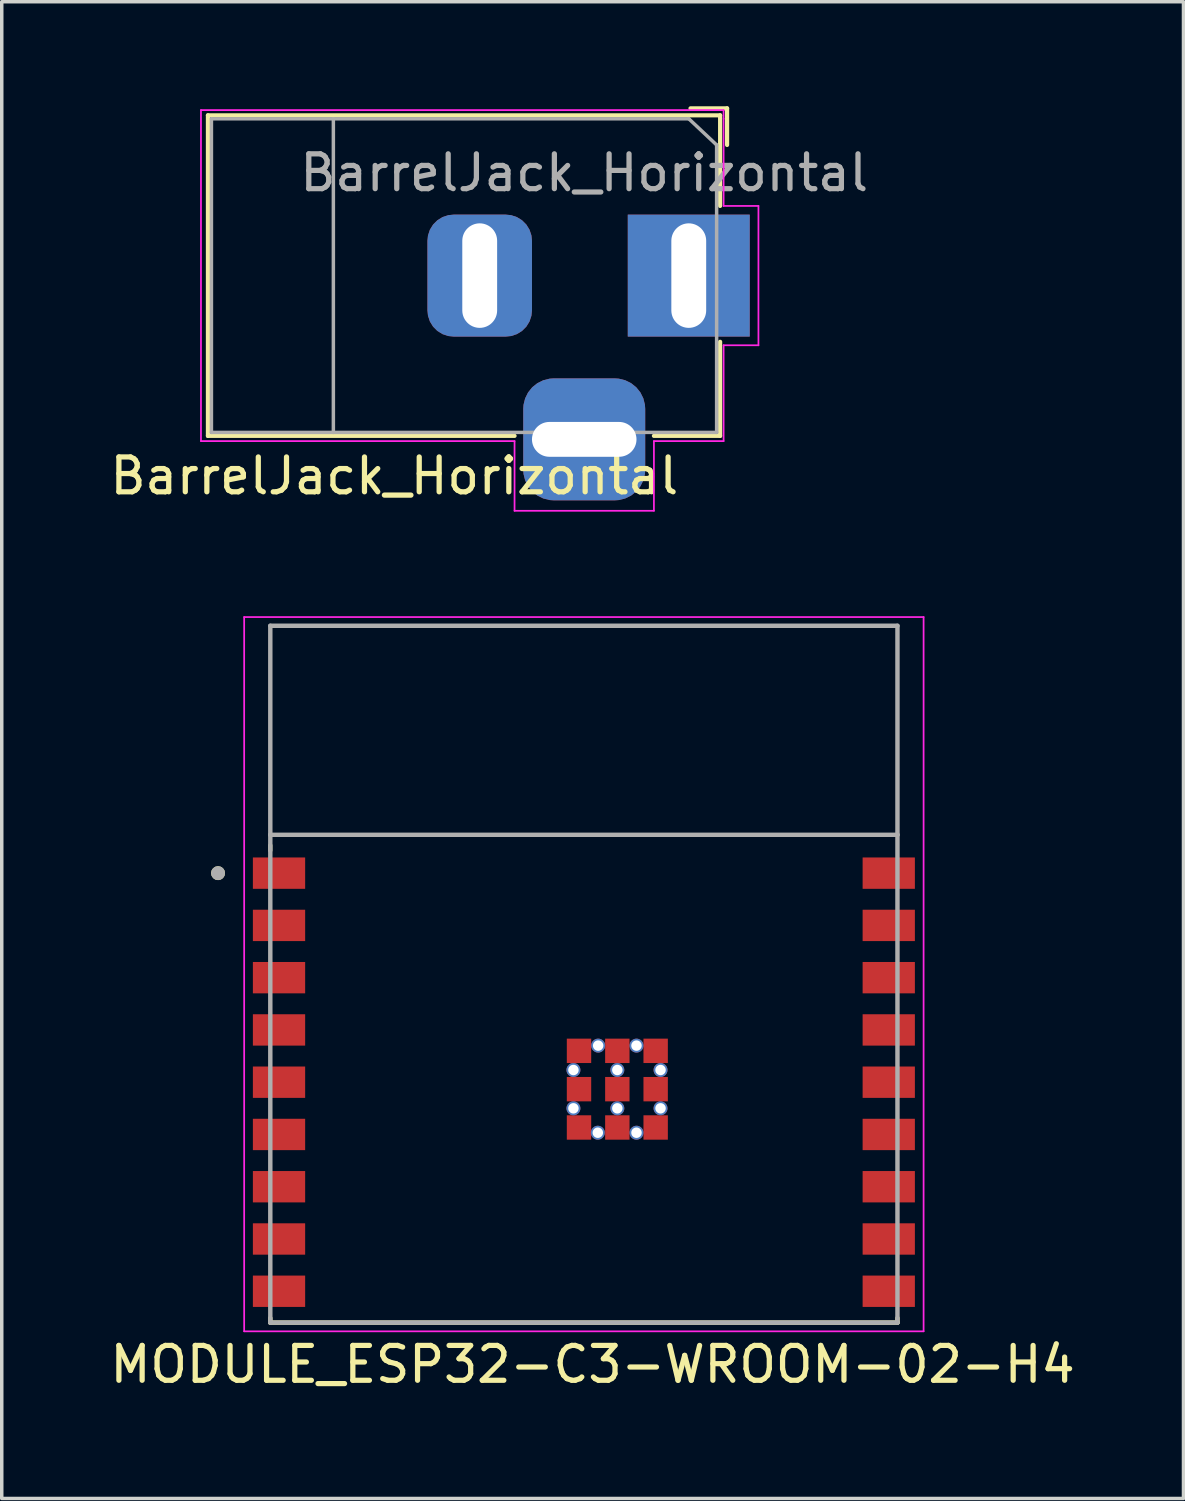
<source format=kicad_pcb>
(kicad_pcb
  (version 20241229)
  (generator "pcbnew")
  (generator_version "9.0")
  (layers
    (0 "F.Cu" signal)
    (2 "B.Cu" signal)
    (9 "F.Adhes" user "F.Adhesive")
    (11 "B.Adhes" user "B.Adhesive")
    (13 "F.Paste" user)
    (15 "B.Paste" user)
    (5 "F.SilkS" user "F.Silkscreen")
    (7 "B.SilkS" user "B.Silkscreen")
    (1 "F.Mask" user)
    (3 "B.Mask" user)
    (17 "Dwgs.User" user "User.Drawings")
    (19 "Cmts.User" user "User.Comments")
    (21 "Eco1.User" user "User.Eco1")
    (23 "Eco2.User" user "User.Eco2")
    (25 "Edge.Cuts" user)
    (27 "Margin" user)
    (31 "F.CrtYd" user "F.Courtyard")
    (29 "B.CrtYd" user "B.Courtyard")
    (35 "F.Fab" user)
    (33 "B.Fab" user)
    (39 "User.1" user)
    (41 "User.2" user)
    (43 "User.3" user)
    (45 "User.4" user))
  (footprint "MODULE_ESP32-C3-WROOM-02-H4"
    (layer "F.Cu")
    (at 13.708 24.91)
    (property "Reference" "MODULE_ESP32-C3-WROOM-02-H4" (at 0.25 11.2 0) (layer "F.SilkS") (effects (font (size 1 1) (thickness 0.15))))
    (attr through_hole)
    (fp_line (start -9 -3.55) (end -9 -3.7) (stroke (width 0.12) (type solid)) (layer "F.SilkS"))
    (fp_line (start -9 10) (end -9 9.87) (stroke (width 0.127) (type solid)) (layer "F.SilkS"))
    (fp_line (start -9 10) (end 9 10) (stroke (width 0.127) (type solid)) (layer "F.SilkS"))
    (fp_line (start 9 10) (end 9 9.87) (stroke (width 0.127) (type solid)) (layer "F.SilkS"))
    (fp_circle (center -10.5 -2.9) (end -10.4 -2.9) (stroke (width 0.2) (type solid)) (fill no) (layer "F.SilkS"))
    (fp_line (start -9.75 -10.25) (end -9.75 10.25) (stroke (width 0.05) (type solid)) (layer "F.CrtYd"))
    (fp_line (start -9.75 10.25) (end 9.75 10.25) (stroke (width 0.05) (type solid)) (layer "F.CrtYd"))
    (fp_line (start 9.75 -10.25) (end -9.75 -10.25) (stroke (width 0.05) (type solid)) (layer "F.CrtYd"))
    (fp_line (start 9.75 10.25) (end 9.75 -10.25) (stroke (width 0.05) (type solid)) (layer "F.CrtYd"))
    (fp_line (start -9 -10) (end -9 -4) (stroke (width 0.127) (type solid)) (layer "F.Fab"))
    (fp_line (start -9 -4) (end -9 10) (stroke (width 0.127) (type solid)) (layer "F.Fab"))
    (fp_line (start -9 10) (end 9 10) (stroke (width 0.127) (type solid)) (layer "F.Fab"))
    (fp_line (start 9 -10) (end -9 -10) (stroke (width 0.127) (type solid)) (layer "F.Fab"))
    (fp_line (start 9 -4) (end -9 -4) (stroke (width 0.127) (type solid)) (layer "F.Fab"))
    (fp_line (start 9 -4) (end 9 -10) (stroke (width 0.127) (type solid)) (layer "F.Fab"))
    (fp_line (start 9 10) (end 9 -4) (stroke (width 0.127) (type solid)) (layer "F.Fab"))
    (fp_circle (center -10.5 -2.9) (end -10.4 -2.9) (stroke (width 0.2) (type solid)) (fill no) (layer "F.Fab"))
    (pad "1" smd rect (at -8.75 -2.9) (size 1.5 0.9) (layers "F.Cu" "F.Mask" "F.Paste"))
    (pad "2" smd rect (at -8.75 -1.4) (size 1.5 0.9) (layers "F.Cu" "F.Mask" "F.Paste"))
    (pad "3" smd rect (at -8.75 0.1) (size 1.5 0.9) (layers "F.Cu" "F.Mask" "F.Paste"))
    (pad "4" smd rect (at -8.75 1.6) (size 1.5 0.9) (layers "F.Cu" "F.Mask" "F.Paste"))
    (pad "5" smd rect (at -8.75 3.1) (size 1.5 0.9) (layers "F.Cu" "F.Mask" "F.Paste"))
    (pad "6" smd rect (at -8.75 4.6) (size 1.5 0.9) (layers "F.Cu" "F.Mask" "F.Paste"))
    (pad "7" smd rect (at -8.75 6.1) (size 1.5 0.9) (layers "F.Cu" "F.Mask" "F.Paste"))
    (pad "8" smd rect (at -8.75 7.6) (size 1.5 0.9) (layers "F.Cu" "F.Mask" "F.Paste"))
    (pad "9" smd rect (at -8.75 9.1) (size 1.5 0.9) (layers "F.Cu" "F.Mask" "F.Paste"))
    (pad "10" smd rect (at 8.75 9.1) (size 1.5 0.9) (layers "F.Cu" "F.Mask" "F.Paste"))
    (pad "11" smd rect (at 8.75 7.6) (size 1.5 0.9) (layers "F.Cu" "F.Mask" "F.Paste"))
    (pad "12" smd rect (at 8.75 6.1) (size 1.5 0.9) (layers "F.Cu" "F.Mask" "F.Paste"))
    (pad "13" smd rect (at 8.75 4.6) (size 1.5 0.9) (layers "F.Cu" "F.Mask" "F.Paste"))
    (pad "14" smd rect (at 8.75 3.1) (size 1.5 0.9) (layers "F.Cu" "F.Mask" "F.Paste"))
    (pad "15" smd rect (at 8.75 1.6) (size 1.5 0.9) (layers "F.Cu" "F.Mask" "F.Paste"))
    (pad "16" smd rect (at 8.75 0.1) (size 1.5 0.9) (layers "F.Cu" "F.Mask" "F.Paste"))
    (pad "17" smd rect (at 8.75 -1.4) (size 1.5 0.9) (layers "F.Cu" "F.Mask" "F.Paste"))
    (pad "18" smd rect (at 8.75 -2.9) (size 1.5 0.9) (layers "F.Cu" "F.Mask" "F.Paste"))
    (pad "19" smd rect (at -0.14 2.2) (size 0.7 0.7) (layers "F.Cu" "F.Mask" "F.Paste"))
    (pad "20" smd rect (at 0.96 2.2) (size 0.7 0.7) (layers "F.Cu" "F.Mask" "F.Paste"))
    (pad "21" smd rect (at 2.06 2.2) (size 0.7 0.7) (layers "F.Cu" "F.Mask" "F.Paste"))
    (pad "22" smd rect (at -0.14 3.3) (size 0.7 0.7) (layers "F.Cu" "F.Mask" "F.Paste"))
    (pad "23" smd rect (at 0.96 3.3) (size 0.7 0.7) (layers "F.Cu" "F.Mask" "F.Paste"))
    (pad "24" smd rect (at 2.06 3.3) (size 0.7 0.7) (layers "F.Cu" "F.Mask" "F.Paste"))
    (pad "25" smd rect (at -0.14 4.4) (size 0.7 0.7) (layers "F.Cu" "F.Mask" "F.Paste"))
    (pad "26" smd rect (at 0.96 4.4) (size 0.7 0.7) (layers "F.Cu" "F.Mask" "F.Paste"))
    (pad "27" smd rect (at 2.06 4.4) (size 0.7 0.7) (layers "F.Cu" "F.Mask" "F.Paste"))
    (pad "28" thru_hole circle (at 0.41 2.05) (size 0.4 0.4) (drill 0.3) (layers "*.Cu"))
    (pad "29" thru_hole circle (at 1.51 2.05) (size 0.4 0.4) (drill 0.3) (layers "*.Cu"))
    (pad "30" thru_hole circle (at -0.3 2.75) (size 0.4 0.4) (drill 0.3) (layers "*.Cu"))
    (pad "31" thru_hole circle (at 0.96 2.75) (size 0.4 0.4) (drill 0.3) (layers "*.Cu"))
    (pad "32" thru_hole circle (at 2.2 2.75) (size 0.4 0.4) (drill 0.3) (layers "*.Cu"))
    (pad "33" thru_hole circle (at -0.3 3.85) (size 0.4 0.4) (drill 0.3) (layers "*.Cu"))
    (pad "34" thru_hole circle (at 0.96 3.85) (size 0.4 0.4) (drill 0.3) (layers "*.Cu"))
    (pad "35" thru_hole circle (at 2.2 3.85) (size 0.4 0.4) (drill 0.3) (layers "*.Cu"))
    (pad "36" thru_hole circle (at 0.4 4.55) (size 0.4 0.4) (drill 0.3) (layers "*.Cu"))
    (pad "37" thru_hole circle (at 1.51 4.55) (size 0.4 0.4) (drill 0.3) (layers "*.Cu"))
    (zone (net_name "") (layer "F.Cu") (hatch full 0.508) (connect_pads) (min_thickness 0.01) (filled_areas_thickness no) (keepout (tracks not_allowed) (vias not_allowed) (pads not_allowed) (copperpour not_allowed) (footprints allowed)) (placement (enabled no)) (fill) (polygon (pts (xy 4.708 14.91) (xy 22.708 14.91) (xy 22.708 20.91) (xy 4.708 20.91))))
    (zone (net_name "") (layers "F.Cu" "B.Cu") (hatch full 0.508) (connect_pads) (min_thickness 0.01) (filled_areas_thickness no) (keepout (tracks allowed) (vias not_allowed) (pads allowed) (copperpour allowed) (footprints allowed)) (placement (enabled no)) (fill) (polygon (pts (xy 4.708 14.91) (xy 22.708 14.91) (xy 22.708 20.91) (xy 4.708 20.91))))
    (zone (net_name "") (layer "B.Cu") (hatch full 0.508) (connect_pads) (min_thickness 0.01) (filled_areas_thickness no) (keepout (tracks not_allowed) (vias not_allowed) (pads not_allowed) (copperpour not_allowed) (footprints allowed)) (placement (enabled no)) (fill) (polygon (pts (xy 4.708 14.91) (xy 22.708 14.91) (xy 22.708 20.91) (xy 4.708 20.91)))))
  (footprint "BarrelJack_Horizontal"
    (layer "F.Cu")
    (at 16.718 4.86)
    (property "Reference" "BarrelJack_Horizontal" (at -8.45 5.75 0) (layer "F.SilkS") (effects (font (size 1 1) (thickness 0.15))))
    (attr through_hole)
    (fp_line (start -13.8 -4.6) (end 0.9 -4.6) (stroke (width 0.12) (type solid)) (layer "F.SilkS"))
    (fp_line (start -13.8 4.6) (end -13.8 -4.6) (stroke (width 0.12) (type solid)) (layer "F.SilkS"))
    (fp_line (start -5 4.6) (end -13.8 4.6) (stroke (width 0.12) (type solid)) (layer "F.SilkS"))
    (fp_line (start 0.05 -4.8) (end 1.1 -4.8) (stroke (width 0.12) (type solid)) (layer "F.SilkS"))
    (fp_line (start 0.9 -4.6) (end 0.9 -2) (stroke (width 0.12) (type solid)) (layer "F.SilkS"))
    (fp_line (start 0.9 1.9) (end 0.9 4.6) (stroke (width 0.12) (type solid)) (layer "F.SilkS"))
    (fp_line (start 0.9 4.6) (end -1 4.6) (stroke (width 0.12) (type solid)) (layer "F.SilkS"))
    (fp_line (start 1.1 -3.75) (end 1.1 -4.8) (stroke (width 0.12) (type solid)) (layer "F.SilkS"))
    (fp_line (start -14 4.75) (end -14 -4.75) (stroke (width 0.05) (type solid)) (layer "F.CrtYd"))
    (fp_line (start -5 4.75) (end -14 4.75) (stroke (width 0.05) (type solid)) (layer "F.CrtYd"))
    (fp_line (start -5 6.75) (end -5 4.75) (stroke (width 0.05) (type solid)) (layer "F.CrtYd"))
    (fp_line (start -1 4.75) (end -1 6.75) (stroke (width 0.05) (type solid)) (layer "F.CrtYd"))
    (fp_line (start -1 6.75) (end -5 6.75) (stroke (width 0.05) (type solid)) (layer "F.CrtYd"))
    (fp_line (start 1 -4.75) (end -14 -4.75) (stroke (width 0.05) (type solid)) (layer "F.CrtYd"))
    (fp_line (start 1 -4.5) (end 1 -4.75) (stroke (width 0.05) (type solid)) (layer "F.CrtYd"))
    (fp_line (start 1 -4.5) (end 1 -2) (stroke (width 0.05) (type solid)) (layer "F.CrtYd"))
    (fp_line (start 1 -2) (end 2 -2) (stroke (width 0.05) (type solid)) (layer "F.CrtYd"))
    (fp_line (start 1 2) (end 1 4.75) (stroke (width 0.05) (type solid)) (layer "F.CrtYd"))
    (fp_line (start 1 4.75) (end -1 4.75) (stroke (width 0.05) (type solid)) (layer "F.CrtYd"))
    (fp_line (start 2 -2) (end 2 2) (stroke (width 0.05) (type solid)) (layer "F.CrtYd"))
    (fp_line (start 2 2) (end 1 2) (stroke (width 0.05) (type solid)) (layer "F.CrtYd"))
    (fp_line (start -13.7 -4.5) (end -13.7 4.5) (stroke (width 0.1) (type solid)) (layer "F.Fab"))
    (fp_line (start -13.7 4.5) (end 0.8 4.5) (stroke (width 0.1) (type solid)) (layer "F.Fab"))
    (fp_line (start -10.2 -4.5) (end -10.2 4.5) (stroke (width 0.1) (type solid)) (layer "F.Fab"))
    (fp_line (start -0.003 -4.505) (end 0.8 -3.75) (stroke (width 0.1) (type solid)) (layer "F.Fab"))
    (fp_line (start 0 -4.5) (end -13.7 -4.5) (stroke (width 0.1) (type solid)) (layer "F.Fab"))
    (fp_line (start 0.8 4.5) (end 0.8 -3.75) (stroke (width 0.1) (type solid)) (layer "F.Fab"))
    (fp_text user "${REFERENCE}" (at -3 -2.95 0) (layer "F.Fab") (effects (font (size 1 1) (thickness 0.15))))
    (pad "1" thru_hole rect (at 0 0) (size 3.5 3.5) (drill oval 1 3) (layers "*.Cu" "*.Mask"))
    (pad "2" thru_hole roundrect (at -6 0) (size 3 3.5) (drill oval 1 3) (layers "*.Cu" "*.Mask") (roundrect_rratio 0.25))
    (pad "3" thru_hole roundrect (at -3 4.7) (size 3.5 3.5) (drill oval 3 1) (layers "*.Cu" "*.Mask") (roundrect_rratio 0.25)))
  (gr_rect
    (start -3 -3)
    (end 30.917 39.958)
    (stroke (width 0.1) (type default))
    (fill no)
    (layer "Edge.Cuts")))
</source>
